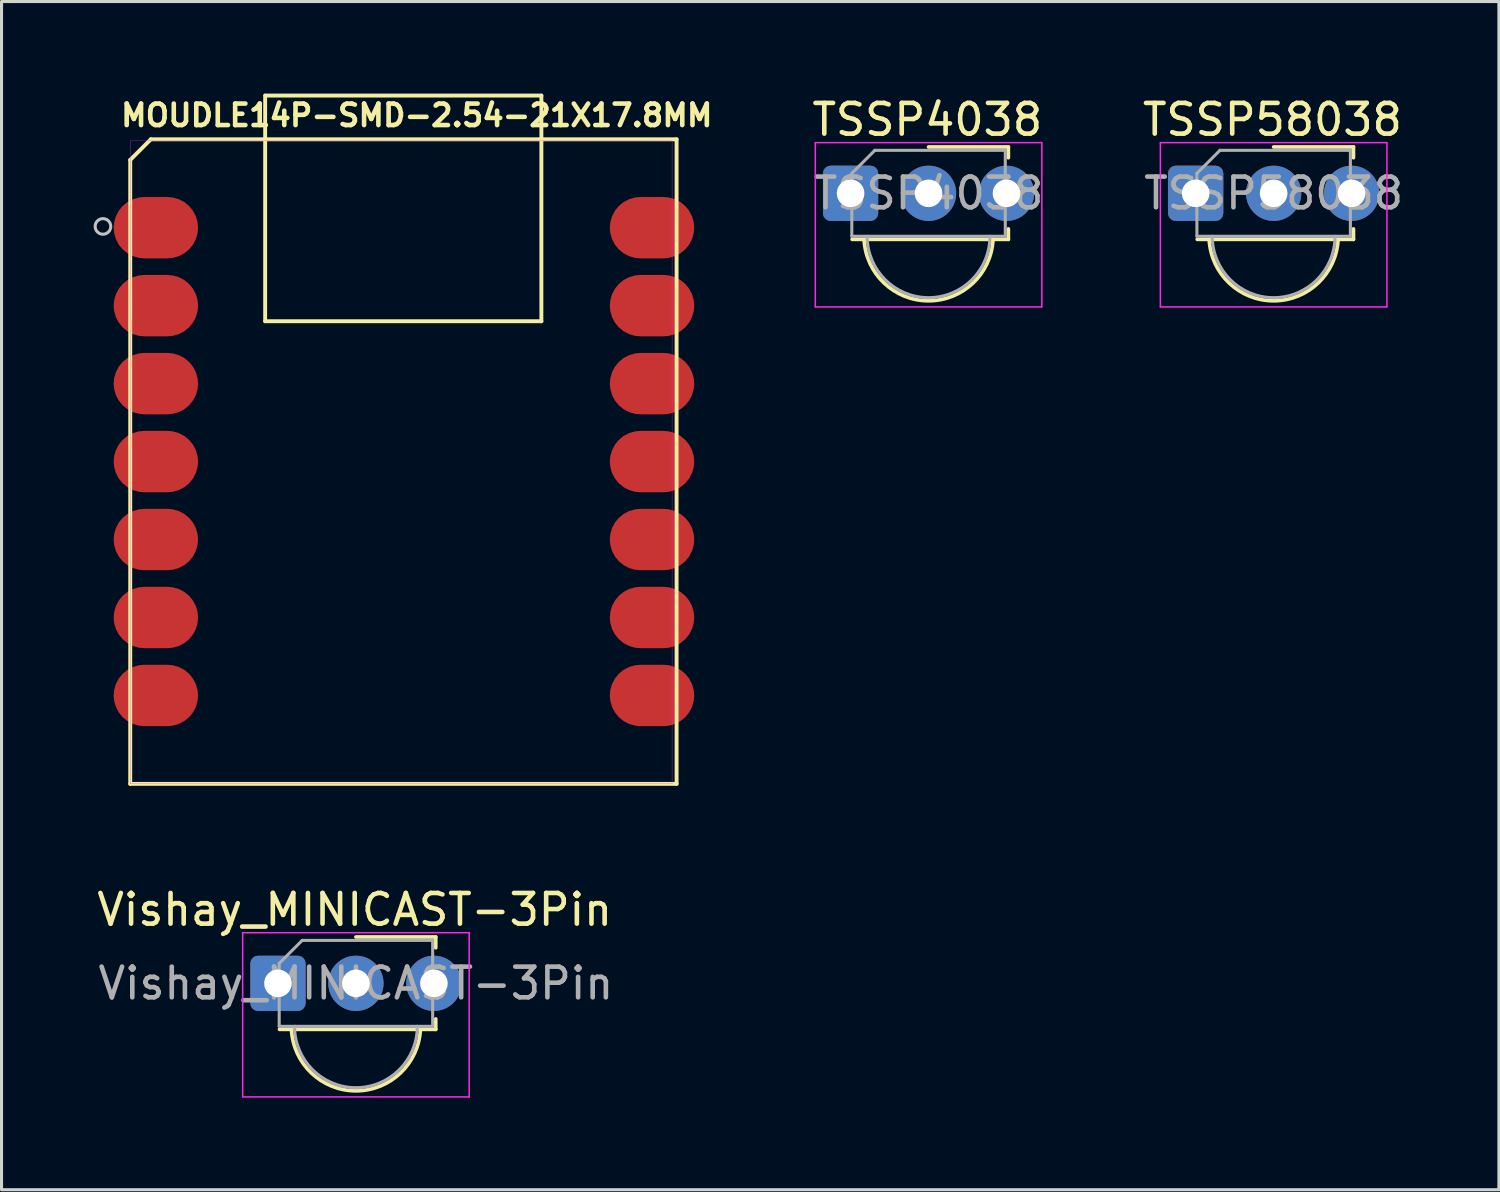
<source format=kicad_pcb>
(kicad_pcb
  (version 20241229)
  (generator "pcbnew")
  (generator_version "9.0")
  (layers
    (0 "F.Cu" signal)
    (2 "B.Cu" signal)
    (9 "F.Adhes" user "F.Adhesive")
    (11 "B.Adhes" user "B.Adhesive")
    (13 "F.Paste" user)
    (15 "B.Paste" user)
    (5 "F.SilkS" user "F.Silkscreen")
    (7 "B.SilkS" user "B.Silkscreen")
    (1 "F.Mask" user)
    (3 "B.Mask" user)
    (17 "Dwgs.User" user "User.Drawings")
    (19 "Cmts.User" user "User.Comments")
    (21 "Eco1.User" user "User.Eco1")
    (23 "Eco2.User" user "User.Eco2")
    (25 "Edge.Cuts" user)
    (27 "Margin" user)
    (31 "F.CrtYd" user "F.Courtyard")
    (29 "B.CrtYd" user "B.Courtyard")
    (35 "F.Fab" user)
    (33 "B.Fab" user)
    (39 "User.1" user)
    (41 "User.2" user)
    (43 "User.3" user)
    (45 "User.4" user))
  (footprint "TSSP4038"
    (layer "F.Cu")
    (at 27.202 3.248)
    (property "Reference" "TSSP4038" (at -0.04 -2.4 180) (layer "F.SilkS") (effects (font (size 1 1) (thickness 0.15))))
    (attr through_hole)
    (fp_line (start 2.6 -1.51) (end 0 -1.51) (stroke (width 0.12) (type solid)) (layer "F.SilkS"))
    (fp_line (start 2.6 -1.16) (end 2.6 -1.51) (stroke (width 0.12) (type solid)) (layer "F.SilkS"))
    (fp_line (start 2.6 1.16) (end 2.6 1.5) (stroke (width 0.12) (type solid)) (layer "F.SilkS"))
    (fp_line (start 2.6 1.5) (end -2.49 1.5) (stroke (width 0.12) (type solid)) (layer "F.SilkS"))
    (fp_arc (start 2.1 1.5) (mid 0.000869 3.502379) (end -2.099917 1.501736) (stroke (width 0.12) (type solid)) (layer "F.SilkS"))
    (fp_line (start -3.69 -1.65) (end -3.69 3.7) (stroke (width 0.05) (type solid)) (layer "F.CrtYd"))
    (fp_line (start -3.69 -1.65) (end 3.69 -1.65) (stroke (width 0.05) (type solid)) (layer "F.CrtYd"))
    (fp_line (start 3.69 3.7) (end -3.69 3.7) (stroke (width 0.05) (type solid)) (layer "F.CrtYd"))
    (fp_line (start 3.69 3.7) (end 3.69 -1.65) (stroke (width 0.05) (type solid)) (layer "F.CrtYd"))
    (fp_line (start -2.5 1.4) (end -2.5 -0.65) (stroke (width 0.1) (type solid)) (layer "F.Fab"))
    (fp_line (start -1.75 -1.4) (end -2.5 -0.65) (stroke (width 0.1) (type solid)) (layer "F.Fab"))
    (fp_line (start -1.75 -1.4) (end 2.5 -1.4) (stroke (width 0.1) (type solid)) (layer "F.Fab"))
    (fp_line (start 2.5 -1.4) (end 2.5 1.4) (stroke (width 0.1) (type solid)) (layer "F.Fab"))
    (fp_line (start 2.5 1.4) (end -2.5 1.4) (stroke (width 0.1) (type solid)) (layer "F.Fab"))
    (fp_arc (start 2 1.4) (mid 0 3.4) (end -2 1.4) (stroke (width 0.1) (type solid)) (layer "F.Fab"))
    (fp_text user "${REFERENCE}" (at 0 0 0) (layer "F.Fab") (effects (font (size 1 1) (thickness 0.15))))
    (pad "1" thru_hole roundrect (at -2.54 0) (size 1.8 1.8) (drill 0.9) (layers "*.Cu" "*.Mask") (roundrect_rratio 0.139))
    (pad "2" thru_hole circle (at 0 0) (size 1.8 1.8) (drill 0.9) (layers "*.Cu" "*.Mask"))
    (pad "3" thru_hole circle (at 2.54 0) (size 1.8 1.8) (drill 0.9) (layers "*.Cu" "*.Mask")))
  (footprint "MOUDLE14P-SMD-2.54-21X17.8MM"
    (layer "F.Cu")
    (at 1.193 22.488)
    (property "Reference" "MOUDLE14P-SMD-2.54-21X17.8MM" (at 9.335 -21.78 0) (layer "F.SilkS") (effects (font (size 0.7 0.7) (thickness 0.15))))
    (attr through_hole)
    (fp_line (start 0 -20.328) (end 0 0) (stroke (width 0.127) (type solid)) (layer "F.SilkS"))
    (fp_line (start 0 0) (end 17.8 0) (stroke (width 0.127) (type solid)) (layer "F.SilkS"))
    (fp_line (start 0.672 -21) (end 0 -20.328) (stroke (width 0.127) (type solid)) (layer "F.SilkS"))
    (fp_line (start 4.396 -15.072) (end 4.396 -22.425) (stroke (width 0.127) (type solid)) (layer "F.SilkS"))
    (fp_line (start 4.4 -22.424) (end 13.395 -22.424) (stroke (width 0.127) (type solid)) (layer "F.SilkS"))
    (fp_line (start 13.395 -22.424) (end 13.395 -15.072) (stroke (width 0.127) (type solid)) (layer "F.SilkS"))
    (fp_line (start 13.395 -15.072) (end 4.396 -15.072) (stroke (width 0.127) (type solid)) (layer "F.SilkS"))
    (fp_line (start 17.8 -21) (end 0.672 -21) (stroke (width 0.127) (type solid)) (layer "F.SilkS"))
    (fp_line (start 17.8 0) (end 17.8 -21) (stroke (width 0.127) (type solid)) (layer "F.SilkS"))
    (fp_circle (center -0.889 -18.161) (end -0.635 -18.161) (stroke (width 0.1) (type solid)) (fill no) (layer "Dwgs.User"))
    (fp_poly (pts (xy 0 -20.955) (xy 17.653 -20.955) (xy 17.653 0) (xy 0 0)) (stroke (width 0.01) (type solid)) (fill no) (layer "F.CrtYd"))
    (pad "1" smd roundrect (at 0.835 -18.12) (size 2.75 2) (layers "F.Cu" "F.Mask" "F.Paste") (roundrect_rratio 0.5))
    (pad "2" smd roundrect (at 0.835 -15.58) (size 2.75 2) (layers "F.Cu" "F.Mask" "F.Paste") (roundrect_rratio 0.5))
    (pad "3" smd roundrect (at 0.835 -13.04) (size 2.75 2) (layers "F.Cu" "F.Mask" "F.Paste") (roundrect_rratio 0.5))
    (pad "4" smd roundrect (at 0.835 -10.5) (size 2.75 2) (layers "F.Cu" "F.Mask" "F.Paste") (roundrect_rratio 0.5))
    (pad "5" smd roundrect (at 0.835 -7.96) (size 2.75 2) (layers "F.Cu" "F.Mask" "F.Paste") (roundrect_rratio 0.5))
    (pad "6" smd roundrect (at 0.835 -5.42) (size 2.75 2) (layers "F.Cu" "F.Mask" "F.Paste") (roundrect_rratio 0.5))
    (pad "7" smd roundrect (at 0.835 -2.88) (size 2.75 2) (layers "F.Cu" "F.Mask" "F.Paste") (roundrect_rratio 0.5))
    (pad "8" smd roundrect (at 17 -2.88) (size 2.75 2) (layers "F.Cu" "F.Mask" "F.Paste") (roundrect_rratio 0.5))
    (pad "9" smd roundrect (at 17 -5.42) (size 2.75 2) (layers "F.Cu" "F.Mask" "F.Paste") (roundrect_rratio 0.5))
    (pad "10" smd roundrect (at 17 -7.96) (size 2.75 2) (layers "F.Cu" "F.Mask" "F.Paste") (roundrect_rratio 0.5))
    (pad "11" smd roundrect (at 17 -10.5) (size 2.75 2) (layers "F.Cu" "F.Mask" "F.Paste") (roundrect_rratio 0.5))
    (pad "12" smd roundrect (at 17 -13.04) (size 2.75 2) (layers "F.Cu" "F.Mask" "F.Paste") (roundrect_rratio 0.5))
    (pad "13" smd roundrect (at 17 -15.58) (size 2.75 2) (layers "F.Cu" "F.Mask" "F.Paste") (roundrect_rratio 0.5))
    (pad "14" smd roundrect (at 17 -18.12) (size 2.75 2) (layers "F.Cu" "F.Mask" "F.Paste") (roundrect_rratio 0.5))
    (zone (net_name "") (layer "F.Cu") (hatch full 0.508) (connect_pads) (min_thickness 0.01) (filled_areas_thickness no) (keepout (tracks not_allowed) (vias not_allowed) (pads not_allowed) (copperpour not_allowed) (footprints allowed)) (placement (enabled no)) (fill) (polygon (pts (xy 4.178 9.725) (xy 7.098 9.725) (xy 7.098 11.757) (xy 4.178 11.757))))
    (zone (net_name "") (layer "F.Cu") (hatch full 0.508) (connect_pads) (min_thickness 0.01) (filled_areas_thickness no) (keepout (tracks not_allowed) (vias not_allowed) (pads not_allowed) (copperpour not_allowed) (footprints allowed)) (placement (enabled no)) (fill) (polygon (pts (xy 4.876 1.407) (xy 6.654 1.407) (xy 6.654 4.074) (xy 4.876 4.074))))
    (zone (net_name "") (layer "F.Cu") (hatch full 0.508) (connect_pads) (min_thickness 0.01) (filled_areas_thickness no) (keepout (tracks not_allowed) (vias not_allowed) (pads not_allowed) (copperpour not_allowed) (footprints allowed)) (placement (enabled no)) (fill) (polygon (pts (xy 4.876 5.471) (xy 6.654 5.471) (xy 6.654 8.137) (xy 4.876 8.137))))
    (zone (net_name "") (layer "F.Cu") (hatch full 0.508) (connect_pads) (min_thickness 0.01) (filled_areas_thickness no) (keepout (tracks not_allowed) (vias not_allowed) (pads not_allowed) (copperpour not_allowed) (footprints allowed)) (placement (enabled no)) (fill) (polygon (pts (xy 7.543 2.168) (xy 12.75 2.168) (xy 12.75 9.153) (xy 7.543 9.153))))
    (zone (net_name "") (layer "F.Cu") (hatch full 0.508) (connect_pads) (min_thickness 0.01) (filled_areas_thickness no) (keepout (tracks not_allowed) (vias not_allowed) (pads not_allowed) (copperpour not_allowed) (footprints allowed)) (placement (enabled no)) (fill) (polygon (pts (xy 7.543 19.314) (xy 13.258 19.314) (xy 13.258 21.854) (xy 7.543 21.854))))
    (zone (net_name "") (layer "F.Cu") (hatch full 0.508) (connect_pads) (min_thickness 0.01) (filled_areas_thickness no) (keepout (tracks not_allowed) (vias not_allowed) (pads not_allowed) (copperpour not_allowed) (footprints allowed)) (placement (enabled no)) (fill) (polygon (pts (xy 10.972 11.185) (xy 14.02 11.185) (xy 14.02 14.233) (xy 10.972 14.233))))
    (zone (net_name "") (layer "F.Cu") (hatch full 0.508) (connect_pads) (min_thickness 0.01) (filled_areas_thickness no) (keepout (tracks not_allowed) (vias not_allowed) (pads not_allowed) (copperpour not_allowed) (footprints allowed)) (placement (enabled no)) (fill) (polygon (pts (xy 13.512 1.407) (xy 15.29 1.407) (xy 15.29 4.074) (xy 13.512 4.074))))
    (zone (net_name "") (layer "F.Cu") (hatch full 0.508) (connect_pads) (min_thickness 0.01) (filled_areas_thickness no) (keepout (tracks not_allowed) (vias not_allowed) (pads not_allowed) (copperpour not_allowed) (footprints allowed)) (placement (enabled no)) (fill) (polygon (pts (xy 13.512 5.471) (xy 15.29 5.471) (xy 15.29 8.137) (xy 13.512 8.137)))))
  (footprint "Vishay_MINICAST-3Pin"
    (layer "F.Cu")
    (at 8.546 28.987)
    (property "Reference" "Vishay_MINICAST-3Pin" (at -0.04 -2.4 180) (layer "F.SilkS") (effects (font (size 1 1) (thickness 0.15))))
    (attr through_hole)
    (fp_line (start 2.6 -1.51) (end 0 -1.51) (stroke (width 0.12) (type solid)) (layer "F.SilkS"))
    (fp_line (start 2.6 -1.16) (end 2.6 -1.51) (stroke (width 0.12) (type solid)) (layer "F.SilkS"))
    (fp_line (start 2.6 1.16) (end 2.6 1.5) (stroke (width 0.12) (type solid)) (layer "F.SilkS"))
    (fp_line (start 2.6 1.5) (end -2.49 1.5) (stroke (width 0.12) (type solid)) (layer "F.SilkS"))
    (fp_arc (start 2.1 1.5) (mid 0.000869 3.502379) (end -2.099917 1.501736) (stroke (width 0.12) (type solid)) (layer "F.SilkS"))
    (fp_line (start -3.69 -1.65) (end -3.69 3.7) (stroke (width 0.05) (type solid)) (layer "F.CrtYd"))
    (fp_line (start -3.69 -1.65) (end 3.69 -1.65) (stroke (width 0.05) (type solid)) (layer "F.CrtYd"))
    (fp_line (start 3.69 3.7) (end -3.69 3.7) (stroke (width 0.05) (type solid)) (layer "F.CrtYd"))
    (fp_line (start 3.69 3.7) (end 3.69 -1.65) (stroke (width 0.05) (type solid)) (layer "F.CrtYd"))
    (fp_line (start -2.5 1.4) (end -2.5 -0.65) (stroke (width 0.1) (type solid)) (layer "F.Fab"))
    (fp_line (start -1.75 -1.4) (end -2.5 -0.65) (stroke (width 0.1) (type solid)) (layer "F.Fab"))
    (fp_line (start -1.75 -1.4) (end 2.5 -1.4) (stroke (width 0.1) (type solid)) (layer "F.Fab"))
    (fp_line (start 2.5 -1.4) (end 2.5 1.4) (stroke (width 0.1) (type solid)) (layer "F.Fab"))
    (fp_line (start 2.5 1.4) (end -2.5 1.4) (stroke (width 0.1) (type solid)) (layer "F.Fab"))
    (fp_arc (start 2 1.4) (mid 0 3.4) (end -2 1.4) (stroke (width 0.1) (type solid)) (layer "F.Fab"))
    (fp_text user "${REFERENCE}" (at 0 0 0) (layer "F.Fab") (effects (font (size 1 1) (thickness 0.15))))
    (pad "1" thru_hole roundrect (at -2.54 0) (size 1.8 1.8) (drill 0.9) (layers "*.Cu" "*.Mask") (roundrect_rratio 0.139))
    (pad "2" thru_hole circle (at 0 0) (size 1.8 1.8) (drill 0.9) (layers "*.Cu" "*.Mask"))
    (pad "3" thru_hole circle (at 2.54 0) (size 1.8 1.8) (drill 0.9) (layers "*.Cu" "*.Mask")))
  (footprint "TSSP58038"
    (layer "F.Cu")
    (at 38.445 3.248)
    (property "Reference" "TSSP58038" (at -0.04 -2.4 180) (layer "F.SilkS") (effects (font (size 1 1) (thickness 0.15))))
    (attr through_hole)
    (fp_line (start 2.6 -1.51) (end 0 -1.51) (stroke (width 0.12) (type solid)) (layer "F.SilkS"))
    (fp_line (start 2.6 -1.16) (end 2.6 -1.51) (stroke (width 0.12) (type solid)) (layer "F.SilkS"))
    (fp_line (start 2.6 1.16) (end 2.6 1.5) (stroke (width 0.12) (type solid)) (layer "F.SilkS"))
    (fp_line (start 2.6 1.5) (end -2.49 1.5) (stroke (width 0.12) (type solid)) (layer "F.SilkS"))
    (fp_arc (start 2.1 1.5) (mid 0.000869 3.502379) (end -2.099917 1.501736) (stroke (width 0.12) (type solid)) (layer "F.SilkS"))
    (fp_line (start -3.69 -1.65) (end -3.69 3.7) (stroke (width 0.05) (type solid)) (layer "F.CrtYd"))
    (fp_line (start -3.69 -1.65) (end 3.69 -1.65) (stroke (width 0.05) (type solid)) (layer "F.CrtYd"))
    (fp_line (start 3.69 3.7) (end -3.69 3.7) (stroke (width 0.05) (type solid)) (layer "F.CrtYd"))
    (fp_line (start 3.69 3.7) (end 3.69 -1.65) (stroke (width 0.05) (type solid)) (layer "F.CrtYd"))
    (fp_line (start -2.5 1.4) (end -2.5 -0.65) (stroke (width 0.1) (type solid)) (layer "F.Fab"))
    (fp_line (start -1.75 -1.4) (end -2.5 -0.65) (stroke (width 0.1) (type solid)) (layer "F.Fab"))
    (fp_line (start -1.75 -1.4) (end 2.5 -1.4) (stroke (width 0.1) (type solid)) (layer "F.Fab"))
    (fp_line (start 2.5 -1.4) (end 2.5 1.4) (stroke (width 0.1) (type solid)) (layer "F.Fab"))
    (fp_line (start 2.5 1.4) (end -2.5 1.4) (stroke (width 0.1) (type solid)) (layer "F.Fab"))
    (fp_arc (start 2 1.4) (mid 0 3.4) (end -2 1.4) (stroke (width 0.1) (type solid)) (layer "F.Fab"))
    (fp_text user "${REFERENCE}" (at 0 0 0) (layer "F.Fab") (effects (font (size 1 1) (thickness 0.15))))
    (pad "1" thru_hole roundrect (at -2.54 0) (size 1.8 1.8) (drill 0.9) (layers "*.Cu" "*.Mask") (roundrect_rratio 0.139))
    (pad "2" thru_hole circle (at 0 0) (size 1.8 1.8) (drill 0.9) (layers "*.Cu" "*.Mask"))
    (pad "3" thru_hole circle (at 2.54 0) (size 1.8 1.8) (drill 0.9) (layers "*.Cu" "*.Mask")))
  (gr_rect
    (start -3 -3)
    (end 45.784 35.712)
    (stroke (width 0.1) (type default))
    (fill no)
    (layer "Edge.Cuts")))
</source>
